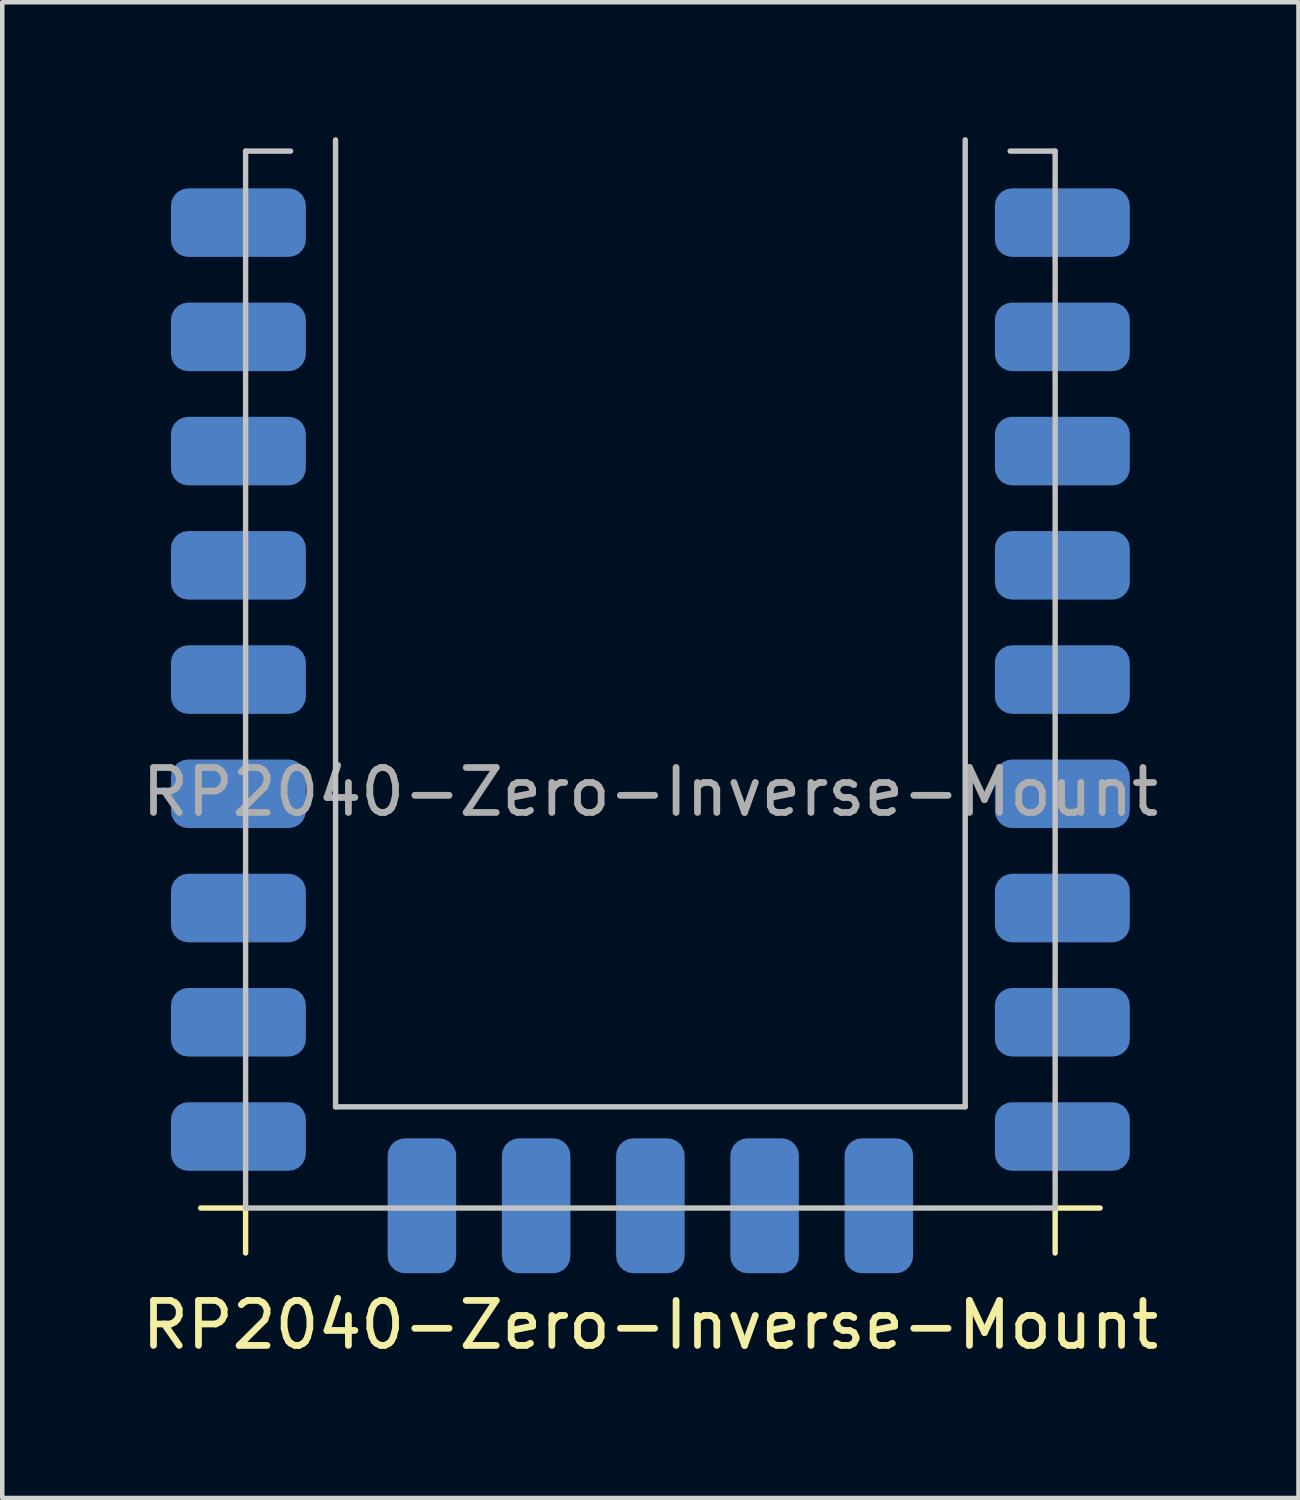
<source format=kicad_pcb>
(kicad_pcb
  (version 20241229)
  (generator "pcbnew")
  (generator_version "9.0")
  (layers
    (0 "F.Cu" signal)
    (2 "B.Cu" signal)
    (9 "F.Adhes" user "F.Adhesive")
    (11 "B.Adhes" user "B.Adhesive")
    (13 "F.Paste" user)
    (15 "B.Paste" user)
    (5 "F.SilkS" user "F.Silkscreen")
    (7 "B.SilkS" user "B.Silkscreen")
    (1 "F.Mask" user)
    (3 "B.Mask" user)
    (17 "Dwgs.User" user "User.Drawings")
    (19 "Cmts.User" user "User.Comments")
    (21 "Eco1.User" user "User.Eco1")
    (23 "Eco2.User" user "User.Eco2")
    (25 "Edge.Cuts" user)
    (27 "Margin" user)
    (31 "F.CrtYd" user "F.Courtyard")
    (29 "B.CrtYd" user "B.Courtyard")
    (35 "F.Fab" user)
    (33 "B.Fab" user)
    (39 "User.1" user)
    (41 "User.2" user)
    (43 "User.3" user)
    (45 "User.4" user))
  (footprint "RP2040-Zero-Inverse-Mount"
    (layer "F.Cu")
    (at 11.411 12.06)
    (property "Reference" "RP2040-Zero-Inverse-Mount" (at 0 14.35 0) (unlocked yes) (layer "F.SilkS") (effects (font (size 1 1) (thickness 0.15))))
    (attr smd)
    (fp_line (start -9 11.75) (end -10 11.75) (stroke (width 0.12) (type solid)) (layer "F.SilkS"))
    (fp_line (start -9 11.75) (end -9 12.75) (stroke (width 0.12) (type solid)) (layer "F.SilkS"))
    (fp_line (start 9 11.75) (end 9 12.75) (stroke (width 0.12) (type solid)) (layer "F.SilkS"))
    (fp_line (start 9 11.75) (end 10 11.75) (stroke (width 0.12) (type solid)) (layer "F.SilkS"))
    (fp_line (start -9 -11.75) (end -9 11.75) (stroke (width 0.12) (type solid)) (layer "Dwgs.User"))
    (fp_line (start -9 -11.75) (end -8 -11.75) (stroke (width 0.12) (type solid)) (layer "Dwgs.User"))
    (fp_line (start -9 11.75) (end 9 11.75) (stroke (width 0.12) (type solid)) (layer "Dwgs.User"))
    (fp_line (start -7 -12) (end -7 9.5) (stroke (width 0.12) (type solid)) (layer "Dwgs.User"))
    (fp_line (start -7 9.5) (end 7 9.5) (stroke (width 0.12) (type solid)) (layer "Dwgs.User"))
    (fp_line (start 7 9.5) (end 7 -12) (stroke (width 0.12) (type solid)) (layer "Dwgs.User"))
    (fp_line (start 9 -11.75) (end 8 -11.75) (stroke (width 0.12) (type solid)) (layer "Dwgs.User"))
    (fp_line (start 9 11.75) (end 9 -11.75) (stroke (width 0.12) (type solid)) (layer "Dwgs.User"))
    (fp_text user "${REFERENCE}" (at 0 2.5 0) (unlocked yes) (layer "F.Fab") (effects (font (size 1 1) (thickness 0.15))))
    (pad "1" smd roundrect (at 9.16 -10.16 180) (size 3 1.524) (layers "B.Cu" "B.Mask" "B.Paste") (roundrect_rratio 0.25))
    (pad "2" smd roundrect (at 9.16 -7.62 180) (size 3 1.524) (layers "B.Cu" "B.Mask" "B.Paste") (roundrect_rratio 0.25))
    (pad "3" smd roundrect (at 9.16 -5.08 180) (size 3 1.524) (layers "B.Cu" "B.Mask" "B.Paste") (roundrect_rratio 0.25))
    (pad "4" smd roundrect (at 9.16 -2.54 180) (size 3 1.524) (layers "B.Cu" "B.Mask" "B.Paste") (roundrect_rratio 0.25))
    (pad "5" smd roundrect (at 9.16 0 180) (size 3 1.524) (layers "B.Cu" "B.Mask" "B.Paste") (roundrect_rratio 0.25))
    (pad "6" smd roundrect (at 9.16 2.54 180) (size 3 1.524) (layers "B.Cu" "B.Mask" "B.Paste") (roundrect_rratio 0.25))
    (pad "7" smd roundrect (at 9.16 5.08 180) (size 3 1.524) (layers "B.Cu" "B.Mask" "B.Paste") (roundrect_rratio 0.25))
    (pad "8" smd roundrect (at 9.16 7.62 180) (size 3 1.524) (layers "B.Cu" "B.Mask" "B.Paste") (roundrect_rratio 0.25))
    (pad "9" smd roundrect (at 9.16 10.16 180) (size 3 1.524) (layers "B.Cu" "B.Mask" "B.Paste") (roundrect_rratio 0.25))
    (pad "10" smd roundrect (at 5.08 11.7 270) (size 3 1.524) (layers "B.Cu" "B.Mask" "B.Paste") (roundrect_rratio 0.25))
    (pad "11" smd roundrect (at 2.54 11.7 90) (size 3 1.524) (layers "B.Cu" "B.Mask" "B.Paste") (roundrect_rratio 0.25))
    (pad "12" smd roundrect (at 0 11.7 90) (size 3 1.524) (layers "B.Cu" "B.Mask" "B.Paste") (roundrect_rratio 0.25))
    (pad "13" smd roundrect (at -2.54 11.7 90) (size 3 1.524) (layers "B.Cu" "B.Mask" "B.Paste") (roundrect_rratio 0.25))
    (pad "14" smd roundrect (at -5.08 11.7 90) (size 3 1.524) (layers "B.Cu" "B.Mask" "B.Paste") (roundrect_rratio 0.25))
    (pad "15" smd roundrect (at -9.16 10.16 180) (size 3 1.524) (layers "B.Cu" "B.Mask" "B.Paste") (roundrect_rratio 0.25))
    (pad "16" smd roundrect (at -9.16 7.62 180) (size 3 1.524) (layers "B.Cu" "B.Mask" "B.Paste") (roundrect_rratio 0.25))
    (pad "17" smd roundrect (at -9.16 5.08 180) (size 3 1.524) (layers "B.Cu" "B.Mask" "B.Paste") (roundrect_rratio 0.25))
    (pad "18" smd roundrect (at -9.16 2.54 180) (size 3 1.524) (layers "B.Cu" "B.Mask" "B.Paste") (roundrect_rratio 0.25))
    (pad "19" smd roundrect (at -9.16 0 180) (size 3 1.524) (layers "B.Cu" "B.Mask" "B.Paste") (roundrect_rratio 0.25))
    (pad "20" smd roundrect (at -9.16 -2.54 180) (size 3 1.524) (layers "B.Cu" "B.Mask" "B.Paste") (roundrect_rratio 0.25))
    (pad "21" smd roundrect (at -9.16 -5.08 180) (size 3 1.524) (layers "B.Cu" "B.Mask" "B.Paste") (roundrect_rratio 0.25))
    (pad "22" smd roundrect (at -9.16 -7.62 180) (size 3 1.524) (layers "B.Cu" "B.Mask" "B.Paste") (roundrect_rratio 0.25))
    (pad "23" smd roundrect (at -9.16 -10.16 180) (size 3 1.524) (layers "B.Cu" "B.Mask" "B.Paste") (roundrect_rratio 0.25)))
  (gr_rect
    (start -3 -3)
    (end 25.821 30.258)
    (stroke (width 0.1) (type default))
    (fill no)
    (layer "Edge.Cuts")))
</source>
